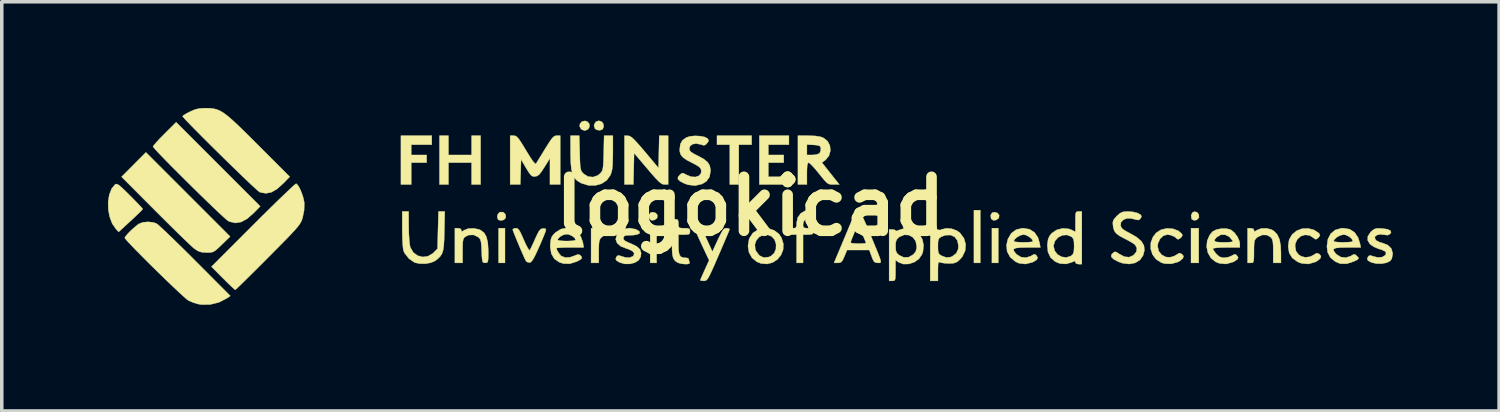
<source format=kicad_pcb>
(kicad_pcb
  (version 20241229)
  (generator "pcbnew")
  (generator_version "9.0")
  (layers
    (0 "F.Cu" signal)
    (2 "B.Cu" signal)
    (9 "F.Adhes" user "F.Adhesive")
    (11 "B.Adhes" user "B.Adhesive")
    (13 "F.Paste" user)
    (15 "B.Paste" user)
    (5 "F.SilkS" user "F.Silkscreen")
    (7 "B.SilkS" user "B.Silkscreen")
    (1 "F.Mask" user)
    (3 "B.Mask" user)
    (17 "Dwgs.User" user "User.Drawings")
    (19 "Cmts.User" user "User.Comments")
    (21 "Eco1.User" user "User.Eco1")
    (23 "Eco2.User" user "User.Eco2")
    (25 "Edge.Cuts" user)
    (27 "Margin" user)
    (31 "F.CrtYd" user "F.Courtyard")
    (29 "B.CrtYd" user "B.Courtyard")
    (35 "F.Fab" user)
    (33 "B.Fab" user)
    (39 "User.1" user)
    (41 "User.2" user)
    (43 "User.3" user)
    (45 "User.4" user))
  (footprint "logokicad"
    (layer "F.Cu")
    (at 18.144 2.778)
    (property "Reference" "logokicad" (at 0 0 0) (layer "F.SilkS") (effects (font (size 1.524 1.524) (thickness 0.3))))
    (attr through_hole)
    (fp_poly (pts (xy -6.931 1.597) (xy -7.112 1.597) (xy -7.112 0.617) (xy -6.931 0.617) (xy -6.931 1.597)) (stroke (width 0.01) (type solid)) (fill yes) (layer "F.SilkS"))
    (fp_poly (pts (xy -2.649 1.597) (xy -2.83 1.597) (xy -2.83 0.617) (xy -2.649 0.617) (xy -2.649 1.597)) (stroke (width 0.01) (type solid)) (fill yes) (layer "F.SilkS"))
    (fp_poly (pts (xy 6.495 1.597) (xy 6.314 1.597) (xy 6.314 0.109) (xy 6.495 0.109) (xy 6.495 1.597)) (stroke (width 0.01) (type solid)) (fill yes) (layer "F.SilkS"))
    (fp_poly (pts (xy 7.003 1.597) (xy 6.822 1.597) (xy 6.822 0.617) (xy 7.003 0.617) (xy 7.003 1.597)) (stroke (width 0.01) (type solid)) (fill yes) (layer "F.SilkS"))
    (fp_poly (pts (xy 12.664 1.597) (xy 12.446 1.597) (xy 12.446 0.617) (xy 12.664 0.617) (xy 12.664 1.597)) (stroke (width 0.01) (type solid)) (fill yes) (layer "F.SilkS"))
    (fp_poly (pts (xy 0.036 -1.742) (xy -0.327 -1.742) (xy -0.327 -0.617) (xy -0.581 -0.617) (xy -0.581 -1.742) (xy -0.943 -1.742) (xy -0.943 -1.996) (xy 0.036 -1.996) (xy 0.036 -1.742)) (stroke (width 0.01) (type solid)) (fill yes) (layer "F.SilkS"))
    (fp_poly (pts (xy -8.999 -1.742) (xy -9.579 -1.742) (xy -9.579 -1.451) (xy -9.144 -1.451) (xy -9.144 -1.234) (xy -9.579 -1.234) (xy -9.579 -0.617) (xy -9.87 -0.617) (xy -9.87 -1.996) (xy -8.999 -1.996) (xy -8.999 -1.742)) (stroke (width 0.01) (type solid)) (fill yes) (layer "F.SilkS"))
    (fp_poly (pts (xy -2.673 0.188) (xy -2.625 0.247) (xy -2.632 0.32) (xy -2.646 0.342) (xy -2.717 0.389) (xy -2.795 0.394) (xy -2.849 0.355) (xy -2.853 0.347) (xy -2.865 0.249) (xy -2.825 0.182) (xy -2.761 0.163) (xy -2.673 0.188)) (stroke (width 0.01) (type solid)) (fill yes) (layer "F.SilkS"))
    (fp_poly (pts (xy 6.979 0.188) (xy 7.027 0.247) (xy 7.02 0.32) (xy 7.006 0.342) (xy 6.935 0.389) (xy 6.857 0.394) (xy 6.803 0.355) (xy 6.799 0.347) (xy 6.787 0.249) (xy 6.827 0.182) (xy 6.891 0.163) (xy 6.979 0.188)) (stroke (width 0.01) (type solid)) (fill yes) (layer "F.SilkS"))
    (fp_poly (pts (xy 12.614 0.165) (xy 12.665 0.226) (xy 12.671 0.308) (xy 12.661 0.332) (xy 12.603 0.385) (xy 12.529 0.397) (xy 12.47 0.365) (xy 12.46 0.347) (xy 12.449 0.25) (xy 12.486 0.176) (xy 12.535 0.151) (xy 12.614 0.165)) (stroke (width 0.01) (type solid)) (fill yes) (layer "F.SilkS"))
    (fp_poly (pts (xy -8.527 -1.451) (xy -7.874 -1.451) (xy -7.874 -1.996) (xy -7.62 -1.996) (xy -7.62 -0.617) (xy -7.874 -0.617) (xy -7.874 -1.234) (xy -8.527 -1.234) (xy -8.527 -0.617) (xy -8.781 -0.617) (xy -8.781 -1.996) (xy -8.527 -1.996) (xy -8.527 -1.451)) (stroke (width 0.01) (type solid)) (fill yes) (layer "F.SilkS"))
    (fp_poly (pts (xy -6.983 0.164) (xy -6.921 0.218) (xy -6.907 0.304) (xy -6.911 0.323) (xy -6.961 0.38) (xy -7.042 0.402) (xy -7.117 0.381) (xy -7.124 0.375) (xy -7.151 0.304) (xy -7.134 0.222) (xy -7.081 0.166) (xy -7.072 0.162) (xy -6.983 0.164)) (stroke (width 0.01) (type solid)) (fill yes) (layer "F.SilkS"))
    (fp_poly (pts (xy -4.608 -2.395) (xy -4.549 -2.331) (xy -4.543 -2.252) (xy -4.582 -2.18) (xy -4.66 -2.142) (xy -4.681 -2.141) (xy -4.757 -2.165) (xy -4.782 -2.184) (xy -4.824 -2.263) (xy -4.809 -2.34) (xy -4.753 -2.396) (xy -4.671 -2.414) (xy -4.608 -2.395)) (stroke (width 0.01) (type solid)) (fill yes) (layer "F.SilkS"))
    (fp_poly (pts (xy -4.207 -2.396) (xy -4.154 -2.335) (xy -4.143 -2.256) (xy -4.171 -2.179) (xy -4.243 -2.149) (xy -4.249 -2.148) (xy -4.336 -2.159) (xy -4.388 -2.192) (xy -4.415 -2.269) (xy -4.41 -2.317) (xy -4.359 -2.392) (xy -4.283 -2.417) (xy -4.207 -2.396)) (stroke (width 0.01) (type solid)) (fill yes) (layer "F.SilkS"))
    (fp_poly (pts (xy 1.089 -1.742) (xy 0.508 -1.742) (xy 0.508 -1.451) (xy 0.943 -1.451) (xy 0.943 -1.234) (xy 0.508 -1.234) (xy 0.508 -0.835) (xy 1.089 -0.835) (xy 1.089 -0.617) (xy 0.254 -0.617) (xy 0.254 -1.996) (xy 1.089 -1.996) (xy 1.089 -1.742)) (stroke (width 0.01) (type solid)) (fill yes) (layer "F.SilkS"))
    (fp_poly (pts (xy -4.313 0.63) (xy -4.274 0.658) (xy -4.246 0.682) (xy -4.183 0.658) (xy -4.099 0.629) (xy -4.009 0.618) (xy -3.941 0.627) (xy -3.919 0.65) (xy -3.945 0.745) (xy -4.014 0.795) (xy -4.043 0.798) (xy -4.128 0.822) (xy -4.202 0.872) (xy -4.241 0.916) (xy -4.265 0.972) (xy -4.277 1.056) (xy -4.281 1.188) (xy -4.282 1.271) (xy -4.282 1.597) (xy -4.499 1.597) (xy -4.499 0.617) (xy -4.394 0.617) (xy -4.313 0.63)) (stroke (width 0.01) (type solid)) (fill yes) (layer "F.SilkS"))
    (fp_poly (pts (xy -15.884 -0.336) (xy -14.694 0.853) (xy -14.927 1.079) (xy -15.039 1.187) (xy -15.12 1.254) (xy -15.186 1.29) (xy -15.257 1.304) (xy -15.352 1.306) (xy -15.358 1.306) (xy -15.496 1.297) (xy -15.601 1.263) (xy -15.697 1.201) (xy -15.755 1.152) (xy -15.857 1.057) (xy -15.996 0.924) (xy -16.167 0.758) (xy -16.361 0.567) (xy -16.573 0.357) (xy -16.796 0.135) (xy -16.8 0.131) (xy -17.761 -0.834) (xy -17.417 -1.179) (xy -17.073 -1.525) (xy -15.884 -0.336)) (stroke (width 0.01) (type solid)) (fill yes) (layer "F.SilkS"))
    (fp_poly (pts (xy -2.322 -0.617) (xy -2.427 -0.617) (xy -2.474 -0.624) (xy -2.525 -0.651) (xy -2.59 -0.705) (xy -2.677 -0.794) (xy -2.794 -0.926) (xy -2.908 -1.06) (xy -3.284 -1.504) (xy -3.294 -1.06) (xy -3.304 -0.617) (xy -3.556 -0.617) (xy -3.556 -1.996) (xy -3.456 -1.994) (xy -3.41 -1.984) (xy -3.356 -1.952) (xy -3.286 -1.89) (xy -3.192 -1.789) (xy -3.065 -1.644) (xy -2.975 -1.538) (xy -2.594 -1.083) (xy -2.584 -1.539) (xy -2.574 -1.996) (xy -2.322 -1.996) (xy -2.322 -0.617)) (stroke (width 0.01) (type solid)) (fill yes) (layer "F.SilkS"))
    (fp_poly (pts (xy -17.882 -0.626) (xy -17.831 -0.595) (xy -17.755 -0.531) (xy -17.645 -0.426) (xy -17.524 -0.306) (xy -17.394 -0.175) (xy -17.285 -0.063) (xy -17.206 0.022) (xy -17.166 0.07) (xy -17.163 0.075) (xy -17.188 0.107) (xy -17.257 0.177) (xy -17.36 0.276) (xy -17.485 0.394) (xy -17.503 0.41) (xy -17.843 0.723) (xy -17.918 0.642) (xy -18.025 0.487) (xy -18.097 0.295) (xy -18.136 0.084) (xy -18.139 -0.13) (xy -18.107 -0.33) (xy -18.04 -0.5) (xy -17.947 -0.614) (xy -17.918 -0.63) (xy -17.882 -0.626)) (stroke (width 0.01) (type solid)) (fill yes) (layer "F.SilkS"))
    (fp_poly (pts (xy -15.032 -1.189) (xy -13.844 -0.001) (xy -14.025 0.185) (xy -14.209 0.348) (xy -14.381 0.442) (xy -14.546 0.47) (xy -14.709 0.432) (xy -14.75 0.412) (xy -14.798 0.375) (xy -14.888 0.295) (xy -15.014 0.178) (xy -15.169 0.031) (xy -15.346 -0.14) (xy -15.539 -0.327) (xy -15.741 -0.525) (xy -15.945 -0.727) (xy -16.145 -0.926) (xy -16.333 -1.115) (xy -16.504 -1.288) (xy -16.649 -1.438) (xy -16.764 -1.559) (xy -16.84 -1.644) (xy -16.872 -1.686) (xy -16.873 -1.688) (xy -16.848 -1.726) (xy -16.782 -1.804) (xy -16.683 -1.911) (xy -16.561 -2.035) (xy -16.546 -2.05) (xy -16.219 -2.376) (xy -15.032 -1.189)) (stroke (width 0.01) (type solid)) (fill yes) (layer "F.SilkS"))
    (fp_poly (pts (xy -9.65 0.59) (xy -9.646 0.776) (xy -9.635 0.946) (xy -9.621 1.081) (xy -9.605 1.158) (xy -9.522 1.3) (xy -9.4 1.392) (xy -9.256 1.43) (xy -9.107 1.41) (xy -8.968 1.328) (xy -8.95 1.311) (xy -8.837 1.197) (xy -8.823 0.671) (xy -8.809 0.145) (xy -8.631 0.145) (xy -8.643 0.705) (xy -8.649 0.94) (xy -8.66 1.116) (xy -8.68 1.245) (xy -8.712 1.34) (xy -8.761 1.415) (xy -8.83 1.482) (xy -8.9 1.537) (xy -9.018 1.591) (xy -9.173 1.619) (xy -9.336 1.62) (xy -9.474 1.59) (xy -9.489 1.584) (xy -9.645 1.476) (xy -9.764 1.325) (xy -9.795 1.259) (xy -9.809 1.185) (xy -9.821 1.056) (xy -9.829 0.888) (xy -9.833 0.698) (xy -9.833 0.651) (xy -9.833 0.145) (xy -9.652 0.145) (xy -9.65 0.59)) (stroke (width 0.01) (type solid)) (fill yes) (layer "F.SilkS"))
    (fp_poly (pts (xy 0.52 0.627) (xy 0.675 0.68) (xy 0.806 0.78) (xy 0.877 0.882) (xy 0.932 1.057) (xy 0.925 1.225) (xy 0.865 1.376) (xy 0.763 1.5) (xy 0.628 1.588) (xy 0.471 1.628) (xy 0.3 1.613) (xy 0.184 1.567) (xy 0.047 1.455) (xy -0.039 1.303) (xy -0.068 1.125) (xy -0.061 1.079) (xy 0.127 1.079) (xy 0.138 1.211) (xy 0.161 1.266) (xy 0.256 1.39) (xy 0.374 1.446) (xy 0.513 1.433) (xy 0.581 1.405) (xy 0.673 1.322) (xy 0.722 1.202) (xy 0.726 1.068) (xy 0.685 0.943) (xy 0.605 0.852) (xy 0.48 0.801) (xy 0.357 0.81) (xy 0.249 0.867) (xy 0.168 0.96) (xy 0.127 1.079) (xy -0.061 1.079) (xy -0.038 0.936) (xy -0.02 0.889) (xy 0.071 0.753) (xy 0.203 0.664) (xy 0.357 0.622) (xy 0.52 0.627)) (stroke (width 0.01) (type solid)) (fill yes) (layer "F.SilkS"))
    (fp_poly (pts (xy 1.738 0.114) (xy 1.771 0.14) (xy 1.771 0.19) (xy 1.732 0.262) (xy 1.687 0.285) (xy 1.573 0.337) (xy 1.502 0.435) (xy 1.488 0.514) (xy 1.494 0.58) (xy 1.527 0.609) (xy 1.606 0.617) (xy 1.633 0.617) (xy 1.726 0.622) (xy 1.768 0.645) (xy 1.778 0.7) (xy 1.778 0.708) (xy 1.77 0.766) (xy 1.733 0.792) (xy 1.645 0.798) (xy 1.633 0.798) (xy 1.488 0.798) (xy 1.488 1.597) (xy 1.306 1.597) (xy 1.306 0.798) (xy 1.179 0.798) (xy 1.093 0.792) (xy 1.058 0.761) (xy 1.052 0.708) (xy 1.062 0.646) (xy 1.104 0.621) (xy 1.179 0.617) (xy 1.26 0.613) (xy 1.296 0.586) (xy 1.306 0.517) (xy 1.306 0.469) (xy 1.338 0.317) (xy 1.423 0.198) (xy 1.548 0.125) (xy 1.651 0.109) (xy 1.738 0.114)) (stroke (width 0.01) (type solid)) (fill yes) (layer "F.SilkS"))
    (fp_poly (pts (xy 14.207 0.636) (xy 14.224 0.673) (xy 14.231 0.71) (xy 14.263 0.701) (xy 14.305 0.673) (xy 14.428 0.625) (xy 14.577 0.62) (xy 14.719 0.656) (xy 14.786 0.696) (xy 14.883 0.798) (xy 14.946 0.934) (xy 14.978 1.116) (xy 14.986 1.305) (xy 14.986 1.597) (xy 14.768 1.597) (xy 14.768 1.27) (xy 14.766 1.107) (xy 14.757 1) (xy 14.738 0.931) (xy 14.706 0.882) (xy 14.696 0.871) (xy 14.588 0.81) (xy 14.459 0.808) (xy 14.332 0.864) (xy 14.32 0.873) (xy 14.274 0.914) (xy 14.246 0.959) (xy 14.231 1.027) (xy 14.225 1.135) (xy 14.224 1.273) (xy 14.223 1.426) (xy 14.218 1.522) (xy 14.206 1.573) (xy 14.181 1.593) (xy 14.14 1.597) (xy 14.133 1.597) (xy 14.043 1.597) (xy 14.043 0.617) (xy 14.133 0.617) (xy 14.207 0.636)) (stroke (width 0.01) (type solid)) (fill yes) (layer "F.SilkS"))
    (fp_poly (pts (xy -12.779 -0.595) (xy -12.724 -0.499) (xy -12.67 -0.372) (xy -12.626 -0.236) (xy -12.601 -0.11) (xy -12.599 -0.093) (xy -12.605 0.111) (xy -12.645 0.312) (xy -12.663 0.371) (xy -12.685 0.425) (xy -12.716 0.481) (xy -12.761 0.546) (xy -12.827 0.626) (xy -12.917 0.726) (xy -13.037 0.854) (xy -13.194 1.014) (xy -13.391 1.214) (xy -13.618 1.442) (xy -13.829 1.654) (xy -14.024 1.848) (xy -14.197 2.02) (xy -14.342 2.162) (xy -14.453 2.27) (xy -14.524 2.337) (xy -14.55 2.359) (xy -14.582 2.334) (xy -14.654 2.268) (xy -14.757 2.169) (xy -14.879 2.048) (xy -14.896 2.032) (xy -15.221 1.705) (xy -14.042 0.526) (xy -13.801 0.285) (xy -13.575 0.062) (xy -13.369 -0.14) (xy -13.188 -0.314) (xy -13.039 -0.456) (xy -12.925 -0.562) (xy -12.853 -0.625) (xy -12.828 -0.641) (xy -12.779 -0.595)) (stroke (width 0.01) (type solid)) (fill yes) (layer "F.SilkS"))
    (fp_poly (pts (xy 11.933 0.633) (xy 12.086 0.69) (xy 12.185 0.772) (xy 12.205 0.822) (xy 12.169 0.876) (xy 12.153 0.891) (xy 12.086 0.933) (xy 12.054 0.92) (xy 11.98 0.857) (xy 11.869 0.812) (xy 11.775 0.798) (xy 11.664 0.831) (xy 11.572 0.918) (xy 11.514 1.04) (xy 11.503 1.127) (xy 11.534 1.264) (xy 11.619 1.37) (xy 11.738 1.432) (xy 11.859 1.438) (xy 11.964 1.408) (xy 12.046 1.361) (xy 12.048 1.36) (xy 12.11 1.321) (xy 12.174 1.34) (xy 12.186 1.347) (xy 12.235 1.406) (xy 12.214 1.472) (xy 12.128 1.543) (xy 12.07 1.574) (xy 11.889 1.624) (xy 11.701 1.618) (xy 11.611 1.592) (xy 11.46 1.497) (xy 11.358 1.361) (xy 11.307 1.201) (xy 11.31 1.03) (xy 11.37 0.866) (xy 11.464 0.746) (xy 11.6 0.66) (xy 11.764 0.623) (xy 11.933 0.633)) (stroke (width 0.01) (type solid)) (fill yes) (layer "F.SilkS"))
    (fp_poly (pts (xy -16.857 0.456) (xy -16.771 0.487) (xy -16.724 0.524) (xy -16.633 0.607) (xy -16.502 0.729) (xy -16.34 0.885) (xy -16.151 1.069) (xy -15.942 1.274) (xy -15.72 1.496) (xy -15.681 1.535) (xy -14.688 2.53) (xy -14.792 2.6) (xy -15.017 2.715) (xy -15.266 2.774) (xy -15.515 2.775) (xy -15.613 2.756) (xy -15.741 2.716) (xy -15.862 2.665) (xy -15.867 2.663) (xy -15.919 2.625) (xy -16.011 2.544) (xy -16.138 2.428) (xy -16.291 2.284) (xy -16.464 2.119) (xy -16.648 1.941) (xy -16.837 1.756) (xy -17.023 1.572) (xy -17.199 1.395) (xy -17.358 1.235) (xy -17.491 1.096) (xy -17.593 0.987) (xy -17.655 0.915) (xy -17.671 0.889) (xy -17.646 0.844) (xy -17.58 0.767) (xy -17.489 0.676) (xy -17.389 0.586) (xy -17.296 0.511) (xy -17.273 0.495) (xy -17.156 0.451) (xy -17.006 0.438) (xy -16.857 0.456)) (stroke (width 0.01) (type solid)) (fill yes) (layer "F.SilkS"))
    (fp_poly (pts (xy -15.367 -2.773) (xy -15.259 -2.77) (xy -15.163 -2.759) (xy -15.072 -2.737) (xy -14.98 -2.699) (xy -14.88 -2.639) (xy -14.765 -2.553) (xy -14.63 -2.437) (xy -14.466 -2.285) (xy -14.269 -2.093) (xy -14.03 -1.856) (xy -13.898 -1.724) (xy -13.01 -0.836) (xy -13.191 -0.65) (xy -13.367 -0.491) (xy -13.528 -0.398) (xy -13.683 -0.367) (xy -13.84 -0.395) (xy -13.861 -0.403) (xy -13.902 -0.434) (xy -13.986 -0.509) (xy -14.108 -0.621) (xy -14.259 -0.765) (xy -14.434 -0.934) (xy -14.627 -1.12) (xy -14.83 -1.318) (xy -15.036 -1.521) (xy -15.24 -1.723) (xy -15.434 -1.916) (xy -15.612 -2.095) (xy -15.768 -2.253) (xy -15.894 -2.384) (xy -15.985 -2.48) (xy -16.032 -2.536) (xy -16.038 -2.546) (xy -16.008 -2.574) (xy -15.93 -2.621) (xy -15.83 -2.673) (xy -15.691 -2.734) (xy -15.565 -2.764) (xy -15.414 -2.773) (xy -15.367 -2.773)) (stroke (width 0.01) (type solid)) (fill yes) (layer "F.SilkS"))
    (fp_poly (pts (xy -6.64 -1.99) (xy -6.597 -1.965) (xy -6.548 -1.913) (xy -6.485 -1.822) (xy -6.399 -1.684) (xy -6.334 -1.576) (xy -6.221 -1.392) (xy -6.138 -1.27) (xy -6.083 -1.208) (xy -6.055 -1.204) (xy -6.055 -1.204) (xy -6.025 -1.253) (xy -5.966 -1.349) (xy -5.886 -1.479) (xy -5.798 -1.624) (xy -5.698 -1.783) (xy -5.626 -1.89) (xy -5.571 -1.954) (xy -5.525 -1.986) (xy -5.479 -1.996) (xy -5.47 -1.996) (xy -5.37 -1.996) (xy -5.37 -0.617) (xy -5.661 -0.617) (xy -5.661 -1.359) (xy -5.818 -1.106) (xy -5.903 -0.975) (xy -5.967 -0.896) (xy -6.024 -0.857) (xy -6.081 -0.843) (xy -6.138 -0.844) (xy -6.185 -0.868) (xy -6.236 -0.926) (xy -6.304 -1.033) (xy -6.332 -1.079) (xy -6.477 -1.324) (xy -6.487 -0.971) (xy -6.498 -0.617) (xy -6.785 -0.617) (xy -6.785 -1.996) (xy -6.685 -1.996) (xy -6.64 -1.99)) (stroke (width 0.01) (type solid)) (fill yes) (layer "F.SilkS"))
    (fp_poly (pts (xy 15.917 0.665) (xy 16.048 0.75) (xy 16.068 0.772) (xy 16.088 0.822) (xy 16.051 0.877) (xy 16.04 0.888) (xy 15.983 0.93) (xy 15.941 0.921) (xy 15.91 0.893) (xy 15.794 0.82) (xy 15.667 0.806) (xy 15.546 0.844) (xy 15.45 0.928) (xy 15.394 1.049) (xy 15.386 1.123) (xy 15.41 1.264) (xy 15.487 1.365) (xy 15.562 1.413) (xy 15.68 1.441) (xy 15.814 1.422) (xy 15.928 1.362) (xy 15.933 1.358) (xy 15.994 1.321) (xy 16.058 1.341) (xy 16.069 1.347) (xy 16.117 1.406) (xy 16.097 1.472) (xy 16.011 1.543) (xy 15.952 1.574) (xy 15.76 1.628) (xy 15.567 1.611) (xy 15.46 1.569) (xy 15.308 1.46) (xy 15.219 1.317) (xy 15.19 1.134) (xy 15.19 1.129) (xy 15.217 0.942) (xy 15.301 0.795) (xy 15.432 0.688) (xy 15.586 0.63) (xy 15.756 0.624) (xy 15.917 0.665)) (stroke (width 0.01) (type solid)) (fill yes) (layer "F.SilkS"))
    (fp_poly (pts (xy -8.181 0.636) (xy -8.164 0.673) (xy -8.158 0.71) (xy -8.125 0.701) (xy -8.084 0.673) (xy -7.967 0.628) (xy -7.818 0.621) (xy -7.67 0.651) (xy -7.615 0.674) (xy -7.519 0.749) (xy -7.454 0.864) (xy -7.416 1.029) (xy -7.402 1.253) (xy -7.402 1.287) (xy -7.403 1.437) (xy -7.409 1.528) (xy -7.423 1.576) (xy -7.449 1.594) (xy -7.489 1.597) (xy -7.531 1.593) (xy -7.557 1.574) (xy -7.573 1.524) (xy -7.582 1.431) (xy -7.589 1.28) (xy -7.589 1.267) (xy -7.597 1.107) (xy -7.609 1.002) (xy -7.629 0.936) (xy -7.662 0.89) (xy -7.688 0.868) (xy -7.815 0.807) (xy -7.953 0.811) (xy -8.047 0.855) (xy -8.085 0.887) (xy -8.109 0.932) (xy -8.122 1.004) (xy -8.127 1.119) (xy -8.128 1.254) (xy -8.128 1.597) (xy -8.346 1.597) (xy -8.346 0.617) (xy -8.255 0.617) (xy -8.181 0.636)) (stroke (width 0.01) (type solid)) (fill yes) (layer "F.SilkS"))
    (fp_poly (pts (xy -6.581 0.625) (xy -6.542 0.658) (xy -6.498 0.729) (xy -6.442 0.848) (xy -6.401 0.943) (xy -6.34 1.078) (xy -6.286 1.18) (xy -6.248 1.236) (xy -6.235 1.242) (xy -6.208 1.197) (xy -6.162 1.104) (xy -6.104 0.977) (xy -6.081 0.924) (xy -6.015 0.78) (xy -5.965 0.691) (xy -5.92 0.644) (xy -5.87 0.625) (xy -5.863 0.624) (xy -5.789 0.63) (xy -5.772 0.66) (xy -5.786 0.709) (xy -5.825 0.811) (xy -5.883 0.951) (xy -5.953 1.115) (xy -5.966 1.143) (xy -6.052 1.332) (xy -6.118 1.463) (xy -6.169 1.543) (xy -6.212 1.582) (xy -6.233 1.59) (xy -6.312 1.57) (xy -6.343 1.535) (xy -6.383 1.452) (xy -6.438 1.329) (xy -6.501 1.184) (xy -6.566 1.03) (xy -6.626 0.885) (xy -6.675 0.763) (xy -6.706 0.681) (xy -6.713 0.655) (xy -6.682 0.626) (xy -6.626 0.617) (xy -6.581 0.625)) (stroke (width 0.01) (type solid)) (fill yes) (layer "F.SilkS"))
    (fp_poly (pts (xy -4.82 -1.507) (xy -4.815 -1.309) (xy -4.808 -1.17) (xy -4.797 -1.076) (xy -4.78 -1.013) (xy -4.754 -0.968) (xy -4.717 -0.927) (xy -4.713 -0.922) (xy -4.587 -0.842) (xy -4.446 -0.826) (xy -4.31 -0.874) (xy -4.25 -0.922) (xy -4.211 -0.964) (xy -4.185 -1.008) (xy -4.167 -1.068) (xy -4.156 -1.157) (xy -4.149 -1.291) (xy -4.143 -1.481) (xy -4.143 -1.507) (xy -4.131 -1.996) (xy -3.883 -1.996) (xy -3.883 -1.515) (xy -3.886 -1.304) (xy -3.892 -1.15) (xy -3.906 -1.036) (xy -3.928 -0.948) (xy -3.955 -0.879) (xy -4.056 -0.737) (xy -4.203 -0.639) (xy -4.381 -0.59) (xy -4.574 -0.592) (xy -4.769 -0.651) (xy -4.785 -0.659) (xy -4.89 -0.722) (xy -4.967 -0.799) (xy -5.021 -0.903) (xy -5.055 -1.043) (xy -5.073 -1.232) (xy -5.079 -1.48) (xy -5.079 -1.515) (xy -5.08 -1.996) (xy -4.833 -1.996) (xy -4.82 -1.507)) (stroke (width 0.01) (type solid)) (fill yes) (layer "F.SilkS"))
    (fp_poly (pts (xy -0.602 0.626) (xy -0.591 0.662) (xy -0.597 0.68) (xy -0.619 0.732) (xy -0.664 0.839) (xy -0.729 0.99) (xy -0.808 1.175) (xy -0.897 1.382) (xy -0.916 1.424) (xy -1.015 1.654) (xy -1.092 1.825) (xy -1.149 1.946) (xy -1.193 2.026) (xy -1.229 2.073) (xy -1.261 2.097) (xy -1.294 2.104) (xy -1.313 2.105) (xy -1.386 2.1) (xy -1.415 2.088) (xy -1.401 2.05) (xy -1.364 1.963) (xy -1.31 1.842) (xy -1.29 1.798) (xy -1.165 1.524) (xy -1.363 1.104) (xy -1.437 0.943) (xy -1.499 0.805) (xy -1.542 0.704) (xy -1.56 0.652) (xy -1.56 0.65) (xy -1.529 0.625) (xy -1.467 0.617) (xy -1.421 0.624) (xy -1.381 0.654) (xy -1.336 0.718) (xy -1.28 0.828) (xy -1.224 0.948) (xy -1.073 1.279) (xy -0.92 0.948) (xy -0.847 0.796) (xy -0.794 0.699) (xy -0.752 0.644) (xy -0.71 0.621) (xy -0.67 0.617) (xy -0.602 0.626)) (stroke (width 0.01) (type solid)) (fill yes) (layer "F.SilkS"))
    (fp_poly (pts (xy -3.245 0.646) (xy -3.213 0.659) (xy -3.135 0.709) (xy -3.125 0.755) (xy -3.178 0.79) (xy -3.288 0.812) (xy -3.393 0.816) (xy -3.503 0.821) (xy -3.56 0.838) (xy -3.582 0.877) (xy -3.585 0.891) (xy -3.579 0.937) (xy -3.537 0.977) (xy -3.446 1.022) (xy -3.368 1.054) (xy -3.21 1.131) (xy -3.118 1.216) (xy -3.085 1.32) (xy -3.098 1.428) (xy -3.156 1.523) (xy -3.264 1.591) (xy -3.402 1.626) (xy -3.552 1.626) (xy -3.694 1.584) (xy -3.71 1.576) (xy -3.787 1.526) (xy -3.805 1.48) (xy -3.776 1.417) (xy -3.738 1.385) (xy -3.677 1.396) (xy -3.648 1.408) (xy -3.52 1.445) (xy -3.399 1.445) (xy -3.312 1.408) (xy -3.302 1.397) (xy -3.28 1.329) (xy -3.327 1.266) (xy -3.44 1.211) (xy -3.497 1.194) (xy -3.661 1.129) (xy -3.764 1.039) (xy -3.803 0.933) (xy -3.776 0.817) (xy -3.704 0.723) (xy -3.573 0.64) (xy -3.413 0.614) (xy -3.245 0.646)) (stroke (width 0.01) (type solid)) (fill yes) (layer "F.SilkS"))
    (fp_poly (pts (xy 1.642 -1.996) (xy 1.842 -1.988) (xy 1.988 -1.963) (xy 2.068 -1.932) (xy 2.183 -1.839) (xy 2.247 -1.712) (xy 2.26 -1.569) (xy 2.22 -1.43) (xy 2.126 -1.312) (xy 2.103 -1.295) (xy 2.021 -1.237) (xy 2.181 -1.034) (xy 2.276 -0.914) (xy 2.366 -0.8) (xy 2.427 -0.724) (xy 2.513 -0.617) (xy 2.348 -0.617) (xy 2.274 -0.619) (xy 2.216 -0.631) (xy 2.163 -0.664) (xy 2.1 -0.727) (xy 2.013 -0.831) (xy 1.938 -0.925) (xy 1.834 -1.051) (xy 1.743 -1.152) (xy 1.675 -1.216) (xy 1.645 -1.234) (xy 1.62 -1.215) (xy 1.605 -1.151) (xy 1.598 -1.032) (xy 1.597 -0.925) (xy 1.597 -0.617) (xy 1.343 -0.617) (xy 1.343 -1.451) (xy 1.597 -1.451) (xy 1.755 -1.451) (xy 1.873 -1.464) (xy 1.95 -1.496) (xy 1.958 -1.504) (xy 1.988 -1.58) (xy 1.989 -1.64) (xy 1.974 -1.69) (xy 1.932 -1.717) (xy 1.844 -1.731) (xy 1.787 -1.735) (xy 1.597 -1.746) (xy 1.597 -1.451) (xy 1.343 -1.451) (xy 1.343 -1.996) (xy 1.642 -1.996)) (stroke (width 0.01) (type solid)) (fill yes) (layer "F.SilkS"))
    (fp_poly (pts (xy 4.525 0.626) (xy 4.666 0.689) (xy 4.78 0.796) (xy 4.859 0.937) (xy 4.893 1.102) (xy 4.874 1.281) (xy 4.846 1.361) (xy 4.76 1.485) (xy 4.631 1.576) (xy 4.478 1.627) (xy 4.324 1.631) (xy 4.189 1.582) (xy 4.181 1.576) (xy 4.1 1.52) (xy 4.1 1.812) (xy 4.099 1.957) (xy 4.093 2.044) (xy 4.078 2.087) (xy 4.048 2.103) (xy 4.01 2.105) (xy 3.919 2.105) (xy 3.919 1.125) (xy 4.1 1.125) (xy 4.107 1.242) (xy 4.136 1.317) (xy 4.196 1.376) (xy 4.33 1.441) (xy 4.469 1.436) (xy 4.596 1.365) (xy 4.666 1.286) (xy 4.694 1.192) (xy 4.697 1.125) (xy 4.668 0.98) (xy 4.589 0.873) (xy 4.476 0.812) (xy 4.346 0.805) (xy 4.215 0.86) (xy 4.196 0.873) (xy 4.135 0.934) (xy 4.107 1.01) (xy 4.1 1.125) (xy 3.919 1.125) (xy 3.919 0.653) (xy 4.01 0.653) (xy 4.078 0.665) (xy 4.1 0.687) (xy 4.128 0.696) (xy 4.194 0.673) (xy 4.2 0.669) (xy 4.367 0.616) (xy 4.525 0.626)) (stroke (width 0.01) (type solid)) (fill yes) (layer "F.SilkS"))
    (fp_poly (pts (xy 17.809 0.623) (xy 17.842 0.625) (xy 17.995 0.648) (xy 18.08 0.686) (xy 18.096 0.738) (xy 18.068 0.78) (xy 18 0.815) (xy 17.906 0.803) (xy 17.797 0.79) (xy 17.702 0.81) (xy 17.643 0.854) (xy 17.635 0.883) (xy 17.669 0.959) (xy 17.773 1.014) (xy 17.842 1.032) (xy 18.002 1.093) (xy 18.103 1.191) (xy 18.142 1.323) (xy 18.143 1.34) (xy 18.117 1.477) (xy 18.071 1.542) (xy 17.971 1.593) (xy 17.831 1.619) (xy 17.68 1.617) (xy 17.546 1.586) (xy 17.535 1.581) (xy 17.448 1.534) (xy 17.421 1.488) (xy 17.445 1.427) (xy 17.451 1.418) (xy 17.486 1.387) (xy 17.545 1.395) (xy 17.591 1.412) (xy 17.724 1.444) (xy 17.844 1.434) (xy 17.929 1.383) (xy 17.94 1.369) (xy 17.956 1.314) (xy 17.924 1.269) (xy 17.834 1.227) (xy 17.73 1.195) (xy 17.613 1.145) (xy 17.51 1.075) (xy 17.5 1.066) (xy 17.435 0.96) (xy 17.441 0.846) (xy 17.517 0.728) (xy 17.552 0.695) (xy 17.622 0.644) (xy 17.698 0.622) (xy 17.809 0.623)) (stroke (width 0.01) (type solid)) (fill yes) (layer "F.SilkS"))
    (fp_poly (pts (xy -2.061 0.372) (xy -2.036 0.415) (xy -2.032 0.49) (xy -2.029 0.568) (xy -2.005 0.605) (xy -1.941 0.616) (xy -1.869 0.617) (xy -1.768 0.621) (xy -1.72 0.639) (xy -1.706 0.683) (xy -1.705 0.708) (xy -1.712 0.764) (xy -1.745 0.79) (xy -1.825 0.798) (xy -1.869 0.798) (xy -2.032 0.798) (xy -2.032 1.081) (xy -2.027 1.251) (xy -2.007 1.361) (xy -1.966 1.422) (xy -1.898 1.448) (xy -1.843 1.451) (xy -1.77 1.462) (xy -1.742 1.485) (xy -1.73 1.546) (xy -1.72 1.575) (xy -1.719 1.613) (xy -1.765 1.629) (xy -1.838 1.632) (xy -1.95 1.621) (xy -2.041 1.595) (xy -2.05 1.591) (xy -2.125 1.54) (xy -2.173 1.475) (xy -2.2 1.381) (xy -2.212 1.241) (xy -2.213 1.118) (xy -2.213 0.798) (xy -2.34 0.798) (xy -2.426 0.792) (xy -2.461 0.761) (xy -2.467 0.708) (xy -2.458 0.646) (xy -2.415 0.621) (xy -2.34 0.617) (xy -2.255 0.611) (xy -2.22 0.58) (xy -2.213 0.5) (xy -2.213 0.49) (xy -2.207 0.404) (xy -2.176 0.369) (xy -2.123 0.363) (xy -2.061 0.372)) (stroke (width 0.01) (type solid)) (fill yes) (layer "F.SilkS"))
    (fp_poly (pts (xy 9.362 1.633) (xy 9.271 1.633) (xy 9.199 1.615) (xy 9.18 1.581) (xy 9.172 1.549) (xy 9.133 1.555) (xy 9.081 1.58) (xy 8.917 1.627) (xy 8.743 1.616) (xy 8.611 1.562) (xy 8.478 1.445) (xy 8.405 1.289) (xy 8.391 1.125) (xy 8.563 1.125) (xy 8.595 1.256) (xy 8.677 1.36) (xy 8.792 1.426) (xy 8.921 1.444) (xy 9.047 1.406) (xy 9.063 1.395) (xy 9.11 1.35) (xy 9.135 1.286) (xy 9.143 1.179) (xy 9.144 1.125) (xy 9.14 0.997) (xy 9.122 0.92) (xy 9.084 0.87) (xy 9.063 0.855) (xy 8.94 0.807) (xy 8.81 0.818) (xy 8.692 0.878) (xy 8.604 0.977) (xy 8.564 1.104) (xy 8.563 1.125) (xy 8.391 1.125) (xy 8.388 1.091) (xy 8.39 1.062) (xy 8.41 0.927) (xy 8.453 0.831) (xy 8.517 0.756) (xy 8.658 0.662) (xy 8.826 0.621) (xy 8.996 0.637) (xy 9.068 0.664) (xy 9.18 0.72) (xy 9.18 0.433) (xy 9.181 0.29) (xy 9.187 0.204) (xy 9.203 0.161) (xy 9.234 0.147) (xy 9.271 0.145) (xy 9.362 0.145) (xy 9.362 1.633)) (stroke (width 0.01) (type solid)) (fill yes) (layer "F.SilkS"))
    (fp_poly (pts (xy 7.886 0.648) (xy 8.027 0.738) (xy 8.124 0.884) (xy 8.166 1.025) (xy 8.191 1.161) (xy 7.815 1.161) (xy 7.626 1.165) (xy 7.503 1.178) (xy 7.442 1.204) (xy 7.437 1.248) (xy 7.481 1.313) (xy 7.528 1.362) (xy 7.647 1.434) (xy 7.787 1.449) (xy 7.923 1.405) (xy 7.942 1.393) (xy 8.008 1.355) (xy 8.052 1.363) (xy 8.081 1.389) (xy 8.116 1.454) (xy 8.082 1.514) (xy 7.978 1.575) (xy 7.961 1.582) (xy 7.77 1.629) (xy 7.589 1.608) (xy 7.486 1.562) (xy 7.337 1.434) (xy 7.252 1.276) (xy 7.234 1.094) (xy 7.26 0.986) (xy 7.439 0.986) (xy 7.472 1) (xy 7.56 1.011) (xy 7.685 1.016) (xy 7.711 1.016) (xy 7.841 1.013) (xy 7.937 1.005) (xy 7.982 0.993) (xy 7.983 0.991) (xy 7.952 0.928) (xy 7.878 0.862) (xy 7.786 0.813) (xy 7.716 0.798) (xy 7.626 0.819) (xy 7.534 0.87) (xy 7.463 0.933) (xy 7.439 0.986) (xy 7.26 0.986) (xy 7.275 0.922) (xy 7.369 0.761) (xy 7.506 0.659) (xy 7.679 0.618) (xy 7.705 0.617) (xy 7.886 0.648)) (stroke (width 0.01) (type solid)) (fill yes) (layer "F.SilkS"))
    (fp_poly (pts (xy 16.927 0.646) (xy 17.066 0.736) (xy 17.166 0.885) (xy 17.216 1.043) (xy 17.241 1.161) (xy 16.858 1.161) (xy 16.666 1.164) (xy 16.542 1.177) (xy 16.479 1.203) (xy 16.471 1.246) (xy 16.513 1.309) (xy 16.563 1.362) (xy 16.682 1.434) (xy 16.822 1.449) (xy 16.958 1.405) (xy 16.977 1.392) (xy 17.043 1.355) (xy 17.09 1.366) (xy 17.134 1.406) (xy 17.174 1.45) (xy 17.175 1.481) (xy 17.128 1.515) (xy 17.046 1.555) (xy 16.845 1.622) (xy 16.661 1.619) (xy 16.521 1.562) (xy 16.382 1.446) (xy 16.305 1.301) (xy 16.284 1.131) (xy 16.304 0.986) (xy 16.474 0.986) (xy 16.507 1) (xy 16.595 1.011) (xy 16.72 1.016) (xy 16.746 1.016) (xy 16.876 1.012) (xy 16.972 1.003) (xy 17.017 0.989) (xy 17.018 0.987) (xy 16.987 0.919) (xy 16.911 0.853) (xy 16.815 0.808) (xy 16.756 0.798) (xy 16.663 0.819) (xy 16.569 0.869) (xy 16.497 0.933) (xy 16.474 0.986) (xy 16.304 0.986) (xy 16.311 0.93) (xy 16.391 0.774) (xy 16.517 0.669) (xy 16.686 0.62) (xy 16.746 0.617) (xy 16.927 0.646)) (stroke (width 0.01) (type solid)) (fill yes) (layer "F.SilkS"))
    (fp_poly (pts (xy -1.413 -1.983) (xy -1.289 -1.958) (xy -1.213 -1.918) (xy -1.179 -1.871) (xy -1.192 -1.824) (xy -1.223 -1.783) (xy -1.275 -1.732) (xy -1.331 -1.725) (xy -1.405 -1.748) (xy -1.531 -1.774) (xy -1.638 -1.754) (xy -1.707 -1.696) (xy -1.724 -1.632) (xy -1.713 -1.578) (xy -1.671 -1.531) (xy -1.584 -1.477) (xy -1.492 -1.432) (xy -1.32 -1.339) (xy -1.208 -1.248) (xy -1.147 -1.148) (xy -1.125 -1.026) (xy -1.125 -1.002) (xy -1.153 -0.833) (xy -1.24 -0.708) (xy -1.364 -0.631) (xy -1.562 -0.585) (xy -1.765 -0.61) (xy -1.873 -0.65) (xy -1.994 -0.714) (xy -2.048 -0.77) (xy -2.043 -0.829) (xy -2 -0.882) (xy -1.945 -0.932) (xy -1.899 -0.938) (xy -1.829 -0.903) (xy -1.814 -0.894) (xy -1.678 -0.838) (xy -1.554 -0.828) (xy -1.455 -0.861) (xy -1.395 -0.931) (xy -1.386 -1.013) (xy -1.406 -1.072) (xy -1.46 -1.126) (xy -1.563 -1.186) (xy -1.621 -1.216) (xy -1.79 -1.303) (xy -1.9 -1.379) (xy -1.964 -1.453) (xy -1.992 -1.539) (xy -1.996 -1.605) (xy -1.978 -1.758) (xy -1.918 -1.866) (xy -1.807 -1.945) (xy -1.698 -1.978) (xy -1.558 -1.991) (xy -1.413 -1.983)) (stroke (width 0.01) (type solid)) (fill yes) (layer "F.SilkS"))
    (fp_poly (pts (xy -5.038 0.637) (xy -4.9 0.717) (xy -4.793 0.845) (xy -4.731 1.016) (xy -4.73 1.026) (xy -4.708 1.161) (xy -5.093 1.161) (xy -5.251 1.163) (xy -5.377 1.168) (xy -5.458 1.175) (xy -5.479 1.182) (xy -5.458 1.243) (xy -5.408 1.325) (xy -5.35 1.394) (xy -5.337 1.405) (xy -5.231 1.445) (xy -5.096 1.44) (xy -4.967 1.395) (xy -4.879 1.36) (xy -4.822 1.369) (xy -4.805 1.381) (xy -4.761 1.434) (xy -4.772 1.481) (xy -4.846 1.531) (xy -4.908 1.561) (xy -5.101 1.622) (xy -5.28 1.617) (xy -5.397 1.579) (xy -5.537 1.482) (xy -5.622 1.338) (xy -5.653 1.147) (xy -5.651 1.074) (xy -5.638 0.949) (xy -5.443 0.949) (xy -5.41 0.964) (xy -5.322 0.975) (xy -5.199 0.98) (xy -5.189 0.98) (xy -5.064 0.976) (xy -4.973 0.965) (xy -4.935 0.95) (xy -4.935 0.949) (xy -4.966 0.889) (xy -5.042 0.832) (xy -5.136 0.793) (xy -5.189 0.786) (xy -5.282 0.806) (xy -5.372 0.855) (xy -5.432 0.915) (xy -5.443 0.949) (xy -5.638 0.949) (xy -5.638 0.946) (xy -5.61 0.861) (xy -5.556 0.788) (xy -5.504 0.739) (xy -5.354 0.643) (xy -5.194 0.611) (xy -5.038 0.637)) (stroke (width 0.01) (type solid)) (fill yes) (layer "F.SilkS"))
    (fp_poly (pts (xy 5.683 0.632) (xy 5.826 0.683) (xy 5.918 0.747) (xy 6.033 0.902) (xy 6.082 1.075) (xy 6.067 1.253) (xy 5.988 1.421) (xy 5.913 1.507) (xy 5.831 1.574) (xy 5.746 1.606) (xy 5.626 1.614) (xy 5.613 1.614) (xy 5.492 1.608) (xy 5.394 1.593) (xy 5.361 1.583) (xy 5.329 1.574) (xy 5.31 1.594) (xy 5.301 1.657) (xy 5.298 1.774) (xy 5.298 1.829) (xy 5.298 2.105) (xy 5.08 2.105) (xy 5.08 1.378) (xy 5.081 1.128) (xy 5.081 1.125) (xy 5.298 1.125) (xy 5.301 1.248) (xy 5.315 1.32) (xy 5.35 1.364) (xy 5.397 1.394) (xy 5.532 1.445) (xy 5.653 1.434) (xy 5.708 1.409) (xy 5.816 1.326) (xy 5.868 1.211) (xy 5.877 1.114) (xy 5.849 0.968) (xy 5.771 0.864) (xy 5.654 0.811) (xy 5.513 0.814) (xy 5.405 0.854) (xy 5.345 0.89) (xy 5.313 0.935) (xy 5.3 1.011) (xy 5.298 1.125) (xy 5.081 1.125) (xy 5.083 0.941) (xy 5.088 0.808) (xy 5.096 0.719) (xy 5.107 0.666) (xy 5.124 0.638) (xy 5.139 0.628) (xy 5.216 0.628) (xy 5.267 0.648) (xy 5.346 0.672) (xy 5.413 0.65) (xy 5.535 0.62) (xy 5.683 0.632)) (stroke (width 0.01) (type solid)) (fill yes) (layer "F.SilkS"))
    (fp_poly (pts (xy 13.56 0.656) (xy 13.57 0.661) (xy 13.672 0.744) (xy 13.76 0.863) (xy 13.815 0.991) (xy 13.825 1.058) (xy 13.825 1.161) (xy 13.444 1.161) (xy 13.287 1.164) (xy 13.162 1.172) (xy 13.083 1.184) (xy 13.063 1.195) (xy 13.084 1.242) (xy 13.138 1.317) (xy 13.157 1.34) (xy 13.243 1.42) (xy 13.339 1.45) (xy 13.385 1.451) (xy 13.499 1.435) (xy 13.597 1.396) (xy 13.602 1.393) (xy 13.668 1.355) (xy 13.713 1.363) (xy 13.742 1.389) (xy 13.778 1.445) (xy 13.757 1.496) (xy 13.675 1.551) (xy 13.629 1.574) (xy 13.439 1.628) (xy 13.249 1.611) (xy 13.138 1.567) (xy 13.006 1.458) (xy 12.922 1.311) (xy 12.887 1.142) (xy 12.903 0.98) (xy 13.11 0.98) (xy 13.159 1.004) (xy 13.272 1.015) (xy 13.373 1.016) (xy 13.517 1.013) (xy 13.597 1.003) (xy 13.625 0.985) (xy 13.622 0.971) (xy 13.526 0.858) (xy 13.408 0.801) (xy 13.286 0.803) (xy 13.174 0.869) (xy 13.172 0.871) (xy 13.116 0.937) (xy 13.11 0.98) (xy 12.903 0.98) (xy 12.904 0.97) (xy 12.973 0.81) (xy 13.057 0.711) (xy 13.158 0.659) (xy 13.296 0.63) (xy 13.44 0.628) (xy 13.56 0.656)) (stroke (width 0.01) (type solid)) (fill yes) (layer "F.SilkS"))
    (fp_poly (pts (xy 10.799 0.156) (xy 10.92 0.184) (xy 10.961 0.201) (xy 11.031 0.245) (xy 11.046 0.288) (xy 11.028 0.331) (xy 10.976 0.385) (xy 10.91 0.381) (xy 10.752 0.341) (xy 10.636 0.34) (xy 10.543 0.376) (xy 10.539 0.379) (xy 10.469 0.449) (xy 10.457 0.537) (xy 10.476 0.597) (xy 10.526 0.65) (xy 10.622 0.709) (xy 10.695 0.747) (xy 10.904 0.865) (xy 11.043 0.984) (xy 11.117 1.109) (xy 11.13 1.247) (xy 11.09 1.392) (xy 11.001 1.518) (xy 10.867 1.598) (xy 10.701 1.629) (xy 10.518 1.608) (xy 10.396 1.565) (xy 10.262 1.494) (xy 10.197 1.432) (xy 10.194 1.372) (xy 10.231 1.326) (xy 10.282 1.287) (xy 10.327 1.287) (xy 10.395 1.329) (xy 10.409 1.339) (xy 10.563 1.422) (xy 10.698 1.436) (xy 10.818 1.383) (xy 10.823 1.379) (xy 10.902 1.284) (xy 10.917 1.182) (xy 10.868 1.089) (xy 10.858 1.08) (xy 10.794 1.035) (xy 10.688 0.973) (xy 10.575 0.914) (xy 10.428 0.835) (xy 10.334 0.767) (xy 10.28 0.694) (xy 10.251 0.6) (xy 10.243 0.547) (xy 10.237 0.452) (xy 10.258 0.382) (xy 10.32 0.305) (xy 10.351 0.273) (xy 10.439 0.195) (xy 10.519 0.157) (xy 10.626 0.146) (xy 10.666 0.145) (xy 10.799 0.156)) (stroke (width 0.01) (type solid)) (fill yes) (layer "F.SilkS"))
    (fp_poly (pts (xy 3.076 0.17) (xy 3.108 0.197) (xy 3.145 0.251) (xy 3.192 0.343) (xy 3.254 0.479) (xy 3.335 0.67) (xy 3.395 0.813) (xy 3.498 1.062) (xy 3.577 1.253) (xy 3.632 1.392) (xy 3.667 1.488) (xy 3.682 1.548) (xy 3.681 1.581) (xy 3.665 1.595) (xy 3.637 1.598) (xy 3.598 1.597) (xy 3.532 1.589) (xy 3.488 1.555) (xy 3.449 1.477) (xy 3.425 1.415) (xy 3.36 1.234) (xy 2.731 1.234) (xy 2.656 1.415) (xy 2.607 1.522) (xy 2.563 1.576) (xy 2.508 1.595) (xy 2.472 1.597) (xy 2.363 1.597) (xy 2.511 1.243) (xy 2.595 1.043) (xy 2.603 1.024) (xy 2.83 1.024) (xy 2.863 1.039) (xy 2.949 1.049) (xy 3.048 1.052) (xy 3.163 1.05) (xy 3.242 1.044) (xy 3.266 1.037) (xy 3.252 0.998) (xy 3.219 0.914) (xy 3.19 0.847) (xy 3.138 0.726) (xy 3.094 0.619) (xy 3.078 0.581) (xy 3.059 0.54) (xy 3.038 0.536) (xy 3.01 0.578) (xy 2.966 0.675) (xy 2.937 0.743) (xy 2.886 0.868) (xy 2.848 0.967) (xy 2.831 1.021) (xy 2.83 1.024) (xy 2.603 1.024) (xy 2.69 0.816) (xy 2.781 0.599) (xy 2.811 0.526) (xy 2.882 0.363) (xy 2.934 0.256) (xy 2.976 0.195) (xy 3.015 0.168) (xy 3.044 0.163) (xy 3.076 0.17)) (stroke (width 0.01) (type solid)) (fill yes) (layer "F.SilkS")))
  (gr_rect
    (start -3 -3)
    (end 39.292 8.558)
    (stroke (width 0.1) (type default))
    (fill no)
    (layer "Edge.Cuts")))
</source>
